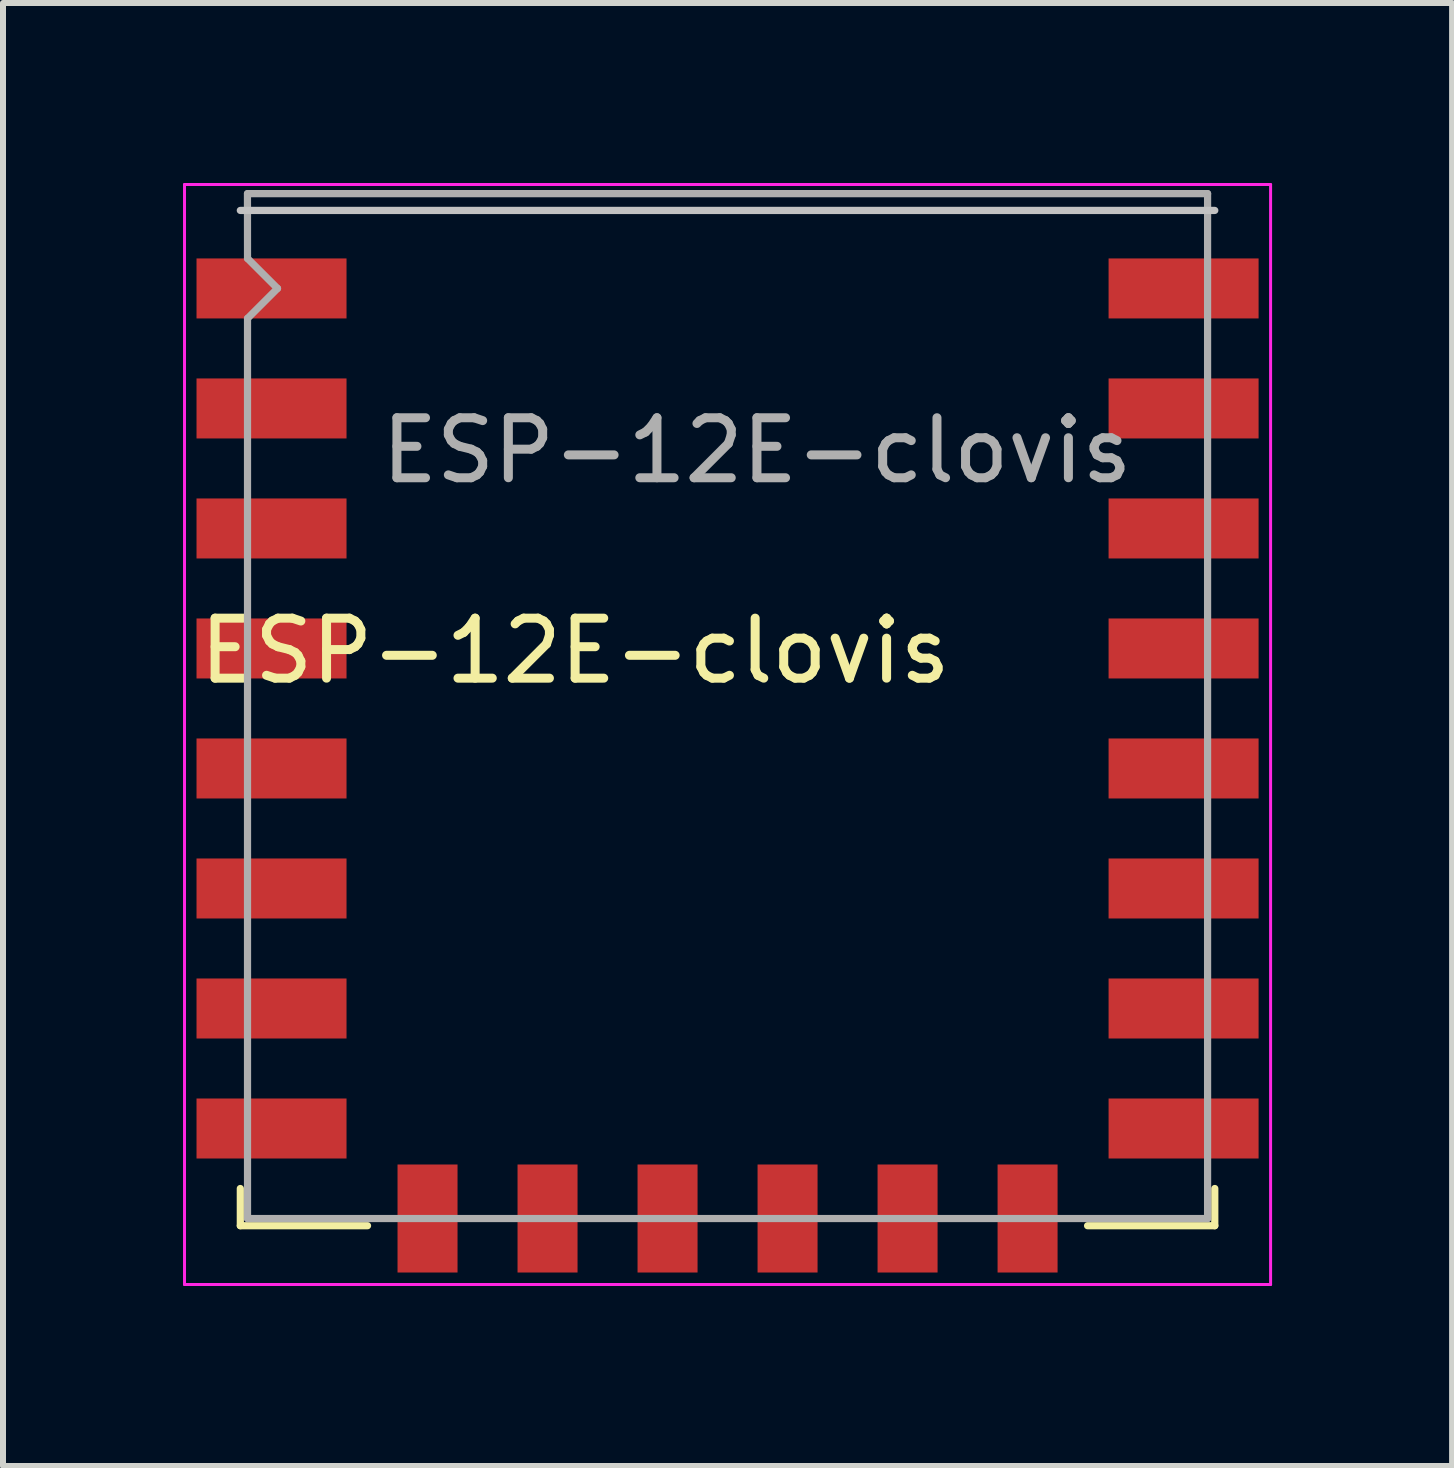
<source format=kicad_pcb>
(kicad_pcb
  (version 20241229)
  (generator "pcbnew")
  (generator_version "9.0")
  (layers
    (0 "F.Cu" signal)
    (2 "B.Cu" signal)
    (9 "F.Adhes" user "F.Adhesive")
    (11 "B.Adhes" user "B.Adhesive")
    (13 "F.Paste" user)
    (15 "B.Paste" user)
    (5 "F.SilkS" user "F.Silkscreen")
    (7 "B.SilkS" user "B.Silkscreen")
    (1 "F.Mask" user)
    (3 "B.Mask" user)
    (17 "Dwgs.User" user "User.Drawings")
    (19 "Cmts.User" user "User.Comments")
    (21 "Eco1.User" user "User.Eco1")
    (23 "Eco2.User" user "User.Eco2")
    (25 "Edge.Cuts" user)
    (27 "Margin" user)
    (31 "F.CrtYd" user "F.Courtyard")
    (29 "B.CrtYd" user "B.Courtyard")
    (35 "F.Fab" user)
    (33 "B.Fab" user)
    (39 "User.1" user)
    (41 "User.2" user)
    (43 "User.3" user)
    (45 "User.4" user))
  (footprint "ESP-12E-clovis"
    (layer "F.Cu")
    (at 9.075 5.257)
    (property "Reference" "ESP-12E-clovis" (at -2.54 2.54 0) (layer "F.SilkS") (effects (font (size 1 1) (thickness 0.15))))
    (attr smd)
    (fp_line (start -8.12 12.12) (end -8.12 11.5) (stroke (width 0.12) (type solid)) (layer "F.SilkS"))
    (fp_line (start -6 12.12) (end -8.12 12.12) (stroke (width 0.12) (type solid)) (layer "F.SilkS"))
    (fp_line (start 8.12 11.5) (end 8.12 12.12) (stroke (width 0.12) (type solid)) (layer "F.SilkS"))
    (fp_line (start 8.12 12.12) (end 6 12.12) (stroke (width 0.12) (type solid)) (layer "F.SilkS"))
    (fp_line (start 8.12 -4.8) (end -8.12 -4.8) (stroke (width 0.12) (type solid)) (layer "Dwgs.User"))
    (fp_line (start -9.05 -5.232) (end 9.05 -5.232) (stroke (width 0.05) (type solid)) (layer "F.CrtYd"))
    (fp_line (start -9.05 13.1) (end -9.05 -5.232) (stroke (width 0.05) (type solid)) (layer "F.CrtYd"))
    (fp_line (start 9.05 -5.232) (end 9.05 13.1) (stroke (width 0.05) (type solid)) (layer "F.CrtYd"))
    (fp_line (start 9.05 13.1) (end -9.05 13.1) (stroke (width 0.05) (type solid)) (layer "F.CrtYd"))
    (fp_line (start -8 -5.08) (end 8 -5.08) (stroke (width 0.12) (type solid)) (layer "F.Fab"))
    (fp_line (start -8 -4) (end -8.001 -5.08) (stroke (width 0.12) (type solid)) (layer "F.Fab"))
    (fp_line (start -8 -3) (end -7.5 -3.5) (stroke (width 0.12) (type solid)) (layer "F.Fab"))
    (fp_line (start -8 12) (end -8 -3) (stroke (width 0.12) (type solid)) (layer "F.Fab"))
    (fp_line (start -7.5 -3.5) (end -8 -4) (stroke (width 0.12) (type solid)) (layer "F.Fab"))
    (fp_line (start 8 -5.08) (end 8 12) (stroke (width 0.12) (type solid)) (layer "F.Fab"))
    (fp_line (start 8 12) (end -8 12) (stroke (width 0.12) (type solid)) (layer "F.Fab"))
    (fp_text user "${REFERENCE}" (at 0.49 -0.8 0) (layer "F.Fab") (effects (font (size 1 1) (thickness 0.15))))
    (pad "1" smd rect (at -7.6 -3.5) (size 2.5 1) (layers "F.Cu" "F.Mask" "F.Paste"))
    (pad "2" smd rect (at -7.6 -1.5) (size 2.5 1) (layers "F.Cu" "F.Mask" "F.Paste"))
    (pad "3" smd rect (at -7.6 0.5) (size 2.5 1) (layers "F.Cu" "F.Mask" "F.Paste"))
    (pad "4" smd rect (at -7.6 2.5) (size 2.5 1) (layers "F.Cu" "F.Mask" "F.Paste"))
    (pad "5" smd rect (at -7.6 4.5) (size 2.5 1) (layers "F.Cu" "F.Mask" "F.Paste"))
    (pad "6" smd rect (at -7.6 6.5) (size 2.5 1) (layers "F.Cu" "F.Mask" "F.Paste"))
    (pad "7" smd rect (at -7.6 8.5) (size 2.5 1) (layers "F.Cu" "F.Mask" "F.Paste"))
    (pad "8" smd rect (at -7.6 10.5) (size 2.5 1) (layers "F.Cu" "F.Mask" "F.Paste"))
    (pad "9" smd rect (at -5 12) (size 1 1.8) (layers "F.Cu" "F.Mask" "F.Paste"))
    (pad "10" smd rect (at -3 12) (size 1 1.8) (layers "F.Cu" "F.Mask" "F.Paste"))
    (pad "11" smd rect (at -1 12) (size 1 1.8) (layers "F.Cu" "F.Mask" "F.Paste"))
    (pad "12" smd rect (at 1 12) (size 1 1.8) (layers "F.Cu" "F.Mask" "F.Paste"))
    (pad "13" smd rect (at 3 12) (size 1 1.8) (layers "F.Cu" "F.Mask" "F.Paste"))
    (pad "14" smd rect (at 5 12) (size 1 1.8) (layers "F.Cu" "F.Mask" "F.Paste"))
    (pad "15" smd rect (at 7.6 10.5) (size 2.5 1) (layers "F.Cu" "F.Mask" "F.Paste"))
    (pad "16" smd rect (at 7.6 8.5) (size 2.5 1) (layers "F.Cu" "F.Mask" "F.Paste"))
    (pad "17" smd rect (at 7.6 6.5) (size 2.5 1) (layers "F.Cu" "F.Mask" "F.Paste"))
    (pad "18" smd rect (at 7.6 4.5) (size 2.5 1) (layers "F.Cu" "F.Mask" "F.Paste"))
    (pad "19" smd rect (at 7.6 2.5) (size 2.5 1) (layers "F.Cu" "F.Mask" "F.Paste"))
    (pad "20" smd rect (at 7.6 0.5) (size 2.5 1) (layers "F.Cu" "F.Mask" "F.Paste"))
    (pad "21" smd rect (at 7.6 -1.5) (size 2.5 1) (layers "F.Cu" "F.Mask" "F.Paste"))
    (pad "22" smd rect (at 7.6 -3.5) (size 2.5 1) (layers "F.Cu" "F.Mask" "F.Paste")))
  (gr_rect
    (start -3 -3)
    (end 21.15 21.382)
    (stroke (width 0.1) (type default))
    (fill no)
    (layer "Edge.Cuts")))
</source>
